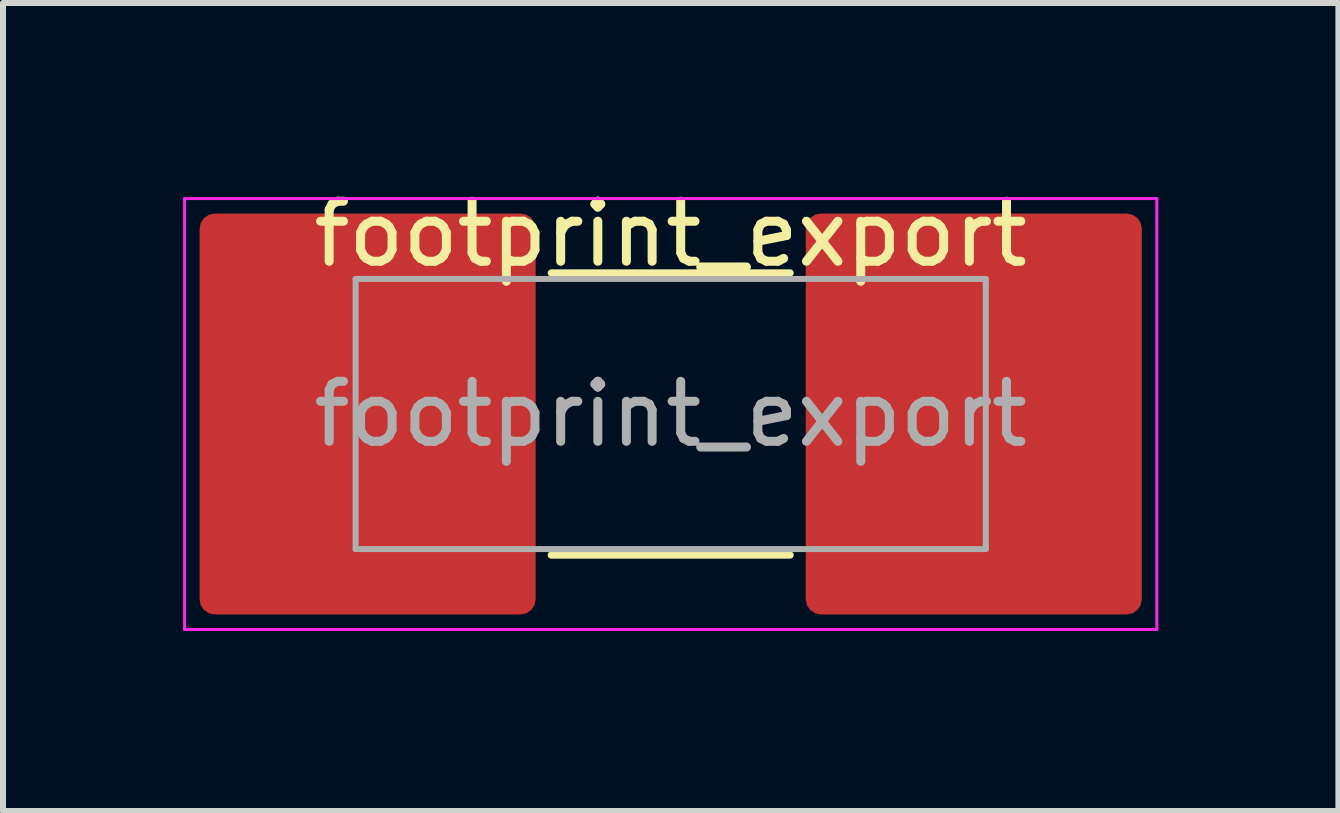
<source format=kicad_pcb>
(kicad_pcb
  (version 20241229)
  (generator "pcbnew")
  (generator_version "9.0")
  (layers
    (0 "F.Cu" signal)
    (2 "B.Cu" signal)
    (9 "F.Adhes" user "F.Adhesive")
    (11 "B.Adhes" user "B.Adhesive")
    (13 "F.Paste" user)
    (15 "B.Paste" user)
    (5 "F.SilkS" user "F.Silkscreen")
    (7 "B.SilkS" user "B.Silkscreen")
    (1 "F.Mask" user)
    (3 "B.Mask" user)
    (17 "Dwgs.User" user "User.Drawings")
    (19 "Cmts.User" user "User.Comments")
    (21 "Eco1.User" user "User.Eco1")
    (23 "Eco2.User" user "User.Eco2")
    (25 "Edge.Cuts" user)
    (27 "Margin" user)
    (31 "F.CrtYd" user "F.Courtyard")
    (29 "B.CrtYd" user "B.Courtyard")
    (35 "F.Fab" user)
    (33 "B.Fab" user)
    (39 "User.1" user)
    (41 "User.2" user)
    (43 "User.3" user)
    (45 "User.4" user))
  (footprint "footprint_export"
    (layer "F.Cu")
    (at 8.125 3.848)
    (property "Reference" "footprint_export" (at 0 -3 0) (unlocked yes) (layer "F.SilkS") (effects (font (size 1 1) (thickness 0.15))))
    (attr smd)
    (fp_line (start -1.99 -2.35) (end 1.99 -2.35) (stroke (width 0.12) (type solid)) (layer "F.SilkS"))
    (fp_line (start -1.99 2.35) (end 1.99 2.35) (stroke (width 0.12) (type solid)) (layer "F.SilkS"))
    (fp_line (start -8.1 -3.59) (end -8.1 3.59) (stroke (width 0.05) (type default)) (layer "F.CrtYd"))
    (fp_line (start -8.1 -3.59) (end 8.1 -3.59) (stroke (width 0.05) (type solid)) (layer "F.CrtYd"))
    (fp_line (start 8.1 -3.59) (end 8.1 3.59) (stroke (width 0.05) (type default)) (layer "F.CrtYd"))
    (fp_line (start 8.1 3.59) (end -8.1 3.59) (stroke (width 0.05) (type solid)) (layer "F.CrtYd"))
    (fp_line (start -5.25 -2.25) (end -5.25 2.25) (stroke (width 0.1) (type default)) (layer "F.Fab"))
    (fp_line (start -5.25 -2.25) (end 5.25 -2.25) (stroke (width 0.1) (type solid)) (layer "F.Fab"))
    (fp_line (start -5.25 2.25) (end 5.25 2.25) (stroke (width 0.1) (type solid)) (layer "F.Fab"))
    (fp_line (start 5.25 -2.25) (end 5.25 2.25) (stroke (width 0.1) (type default)) (layer "F.Fab"))
    (fp_text user "${REFERENCE}" (at 0 0 0) (layer "F.Fab") (effects (font (size 1 1) (thickness 0.15))))
    (pad "1" smd roundrect (at -5.05 0) (size 5.6 6.68) (layers "F.Cu" "F.Mask" "F.Paste") (roundrect_rratio 0.045))
    (pad "2" smd roundrect (at 5.05 0) (size 5.6 6.68) (layers "F.Cu" "F.Mask" "F.Paste") (roundrect_rratio 0.045)))
  (gr_rect
    (start -3 -3)
    (end 19.25 10.463)
    (stroke (width 0.1) (type default))
    (fill no)
    (layer "Edge.Cuts")))
</source>
